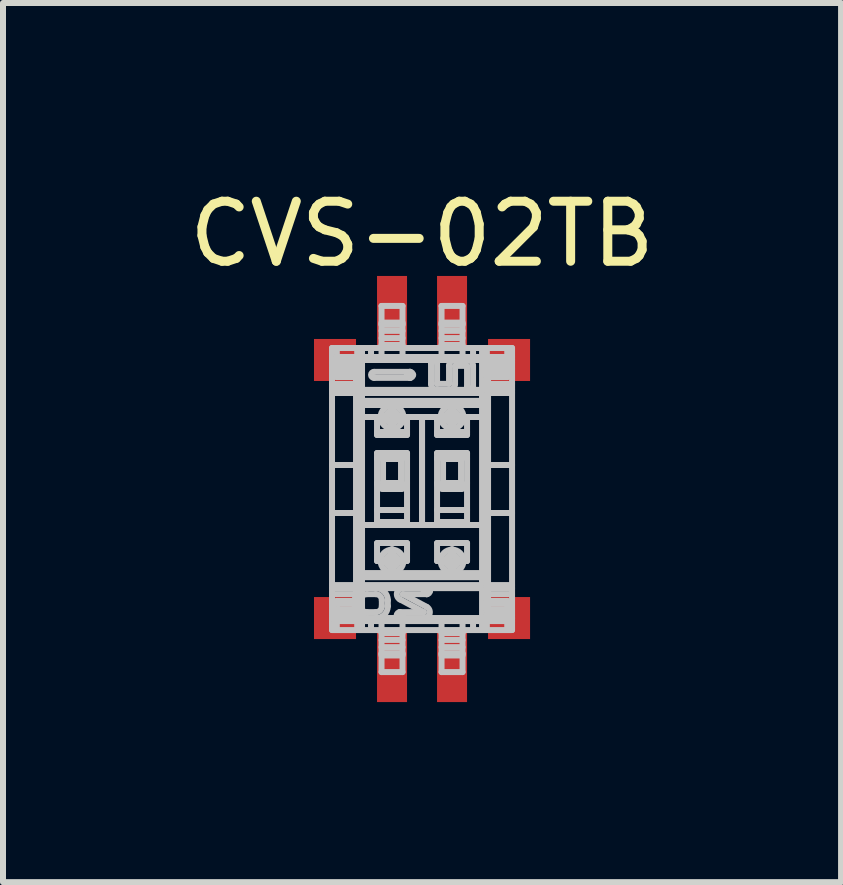
<source format=kicad_pcb>
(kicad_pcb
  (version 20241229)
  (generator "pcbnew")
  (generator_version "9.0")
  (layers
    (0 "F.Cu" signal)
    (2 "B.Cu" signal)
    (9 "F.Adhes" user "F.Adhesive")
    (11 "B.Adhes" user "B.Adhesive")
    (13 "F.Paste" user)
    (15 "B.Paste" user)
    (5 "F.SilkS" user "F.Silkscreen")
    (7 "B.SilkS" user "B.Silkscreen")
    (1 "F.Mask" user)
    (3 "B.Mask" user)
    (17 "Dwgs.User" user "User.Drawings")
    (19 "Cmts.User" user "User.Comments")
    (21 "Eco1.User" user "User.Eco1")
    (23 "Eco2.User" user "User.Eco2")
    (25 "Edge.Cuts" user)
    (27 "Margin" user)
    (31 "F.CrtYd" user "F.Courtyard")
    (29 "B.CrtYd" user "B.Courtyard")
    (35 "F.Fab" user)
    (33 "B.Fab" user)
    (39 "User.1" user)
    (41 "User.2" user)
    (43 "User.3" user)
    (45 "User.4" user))
  (footprint "CVS-02TB"
    (layer "F.Cu")
    (at 3.982 5.098)
    (property "Reference" "CVS-02TB" (at 0 -4.25 0) (layer "F.SilkS") (effects (font (size 1 1) (thickness 0.15))))
    (attr through_hole)
    (fp_line (start -1.5 -2.35) (end -1.5 2.35) (stroke (width 0.1) (type solid)) (layer "Dwgs.User"))
    (fp_line (start -1.5 -2.35) (end -0.675 -2.35) (stroke (width 0.1) (type solid)) (layer "Dwgs.User"))
    (fp_line (start -1.5 -2.1) (end -1.1 -2.1) (stroke (width 0.1) (type solid)) (layer "Dwgs.User"))
    (fp_line (start -1.5 -1.6) (end -1.1 -1.6) (stroke (width 0.1) (type solid)) (layer "Dwgs.User"))
    (fp_line (start -1.5 0.4) (end -1.1 0.4) (stroke (width 0.1) (type solid)) (layer "Dwgs.User"))
    (fp_line (start -1.5 2.35) (end -0.675 2.35) (stroke (width 0.1) (type solid)) (layer "Dwgs.User"))
    (fp_line (start -1.42 -2.35) (end -1.42 -1.865) (stroke (width 0.1) (type solid)) (layer "Dwgs.User"))
    (fp_line (start -1.42 -2.2) (end -1.5 -2.2) (stroke (width 0.1) (type solid)) (layer "Dwgs.User"))
    (fp_line (start -1.42 -2) (end -1.5 -2) (stroke (width 0.1) (type solid)) (layer "Dwgs.User"))
    (fp_line (start -1.42 -2) (end -1.08 -2) (stroke (width 0.1) (type solid)) (layer "Dwgs.User"))
    (fp_line (start -1.42 1.865) (end -1.42 2.35) (stroke (width 0.1) (type solid)) (layer "Dwgs.User"))
    (fp_line (start -1.42 2) (end -1.5 2) (stroke (width 0.1) (type solid)) (layer "Dwgs.User"))
    (fp_line (start -1.42 2.017) (end -1.08 2.017) (stroke (width 0.1) (type solid)) (layer "Dwgs.User"))
    (fp_line (start -1.42 2.197) (end -1.08 2.197) (stroke (width 0.1) (type solid)) (layer "Dwgs.User"))
    (fp_line (start -1.42 2.2) (end -1.5 2.2) (stroke (width 0.1) (type solid)) (layer "Dwgs.User"))
    (fp_line (start -1.15 -1.652) (end -1.5 -1.652) (stroke (width 0.1) (type solid)) (layer "Dwgs.User"))
    (fp_line (start -1.15 1.652) (end -1.5 1.652) (stroke (width 0.1) (type solid)) (layer "Dwgs.User"))
    (fp_line (start -1.12 1.952) (end -1.12 1.852) (stroke (width 0.1) (type solid)) (layer "Dwgs.User"))
    (fp_line (start -1.1 -1.643) (end -1.1 1.643) (stroke (width 0.1) (type solid)) (layer "Dwgs.User"))
    (fp_line (start -1.1 -0.4) (end -1.5 -0.4) (stroke (width 0.1) (type solid)) (layer "Dwgs.User"))
    (fp_line (start -1.1 1.6) (end -1.5 1.6) (stroke (width 0.1) (type solid)) (layer "Dwgs.User"))
    (fp_line (start -1.1 1.643) (end -1.088 1.639) (stroke (width 0.1) (type solid)) (layer "Dwgs.User"))
    (fp_line (start -1.1 1.652) (end -1.1 2.1) (stroke (width 0.1) (type solid)) (layer "Dwgs.User"))
    (fp_line (start -1.1 1.652) (end 1.1 1.652) (stroke (width 0.1) (type solid)) (layer "Dwgs.User"))
    (fp_line (start -1.1 -2.1) (end -1.1 -1.652) (stroke (width 0.1) (type solid)) (layer "Dwgs.User"))
    (fp_line (start -1.1 -2.1) (end -1 -2.2) (stroke (width 0.1) (type solid)) (layer "Dwgs.User"))
    (fp_line (start -1.1 2.1) (end -1.5 2.1) (stroke (width 0.1) (type solid)) (layer "Dwgs.User"))
    (fp_line (start -1.099 -1.643) (end -1.1 -1.643) (stroke (width 0.1) (type solid)) (layer "Dwgs.User"))
    (fp_line (start -1.088 1.639) (end -1.076 1.633) (stroke (width 0.1) (type solid)) (layer "Dwgs.User"))
    (fp_line (start -1.087 -1.638) (end -1.099 -1.643) (stroke (width 0.1) (type solid)) (layer "Dwgs.User"))
    (fp_line (start -1.08 -2.35) (end -1.08 -1.865) (stroke (width 0.1) (type solid)) (layer "Dwgs.User"))
    (fp_line (start -1.08 -2.2) (end -1.42 -2.2) (stroke (width 0.1) (type solid)) (layer "Dwgs.User"))
    (fp_line (start -1.08 -2.197) (end -1.42 -2.197) (stroke (width 0.1) (type solid)) (layer "Dwgs.User"))
    (fp_line (start -1.08 -2.137) (end -1.42 -2.137) (stroke (width 0.1) (type solid)) (layer "Dwgs.User"))
    (fp_line (start -1.08 -2.098) (end -1.42 -2.098) (stroke (width 0.1) (type solid)) (layer "Dwgs.User"))
    (fp_line (start -1.08 -2.017) (end -1.42 -2.017) (stroke (width 0.1) (type solid)) (layer "Dwgs.User"))
    (fp_line (start -1.08 -1.904) (end -1.42 -1.904) (stroke (width 0.1) (type solid)) (layer "Dwgs.User"))
    (fp_line (start -1.08 -1.865) (end -1.42 -1.865) (stroke (width 0.1) (type solid)) (layer "Dwgs.User"))
    (fp_line (start -1.08 1.865) (end -1.42 1.865) (stroke (width 0.1) (type solid)) (layer "Dwgs.User"))
    (fp_line (start -1.08 1.865) (end -1.08 2.35) (stroke (width 0.1) (type solid)) (layer "Dwgs.User"))
    (fp_line (start -1.08 1.904) (end -1.42 1.904) (stroke (width 0.1) (type solid)) (layer "Dwgs.User"))
    (fp_line (start -1.08 2) (end -1.42 2) (stroke (width 0.1) (type solid)) (layer "Dwgs.User"))
    (fp_line (start -1.08 2.098) (end -1.42 2.098) (stroke (width 0.1) (type solid)) (layer "Dwgs.User"))
    (fp_line (start -1.08 2.137) (end -1.42 2.137) (stroke (width 0.1) (type solid)) (layer "Dwgs.User"))
    (fp_line (start -1.08 2.2) (end -1.42 2.2) (stroke (width 0.1) (type solid)) (layer "Dwgs.User"))
    (fp_line (start -1.076 1.633) (end -1.065 1.626) (stroke (width 0.1) (type solid)) (layer "Dwgs.User"))
    (fp_line (start -1.075 -1.632) (end -1.087 -1.638) (stroke (width 0.1) (type solid)) (layer "Dwgs.User"))
    (fp_line (start -1.065 1.626) (end -1.055 1.618) (stroke (width 0.1) (type solid)) (layer "Dwgs.User"))
    (fp_line (start -1.064 -1.625) (end -1.075 -1.632) (stroke (width 0.1) (type solid)) (layer "Dwgs.User"))
    (fp_line (start -1.055 1.618) (end -1.045 1.609) (stroke (width 0.1) (type solid)) (layer "Dwgs.User"))
    (fp_line (start -1.054 -1.617) (end -1.064 -1.625) (stroke (width 0.1) (type solid)) (layer "Dwgs.User"))
    (fp_line (start -1.05 -2.2) (end -1.08 -2.2) (stroke (width 0.1) (type solid)) (layer "Dwgs.User"))
    (fp_line (start -1.05 -2.2) (end -1.05 2.2) (stroke (width 0.1) (type solid)) (layer "Dwgs.User"))
    (fp_line (start -1.05 -2) (end -1.08 -2) (stroke (width 0.1) (type solid)) (layer "Dwgs.User"))
    (fp_line (start -1.05 -1.75) (end -1.5 -1.75) (stroke (width 0.1) (type solid)) (layer "Dwgs.User"))
    (fp_line (start -1.05 1.75) (end -1.5 1.75) (stroke (width 0.1) (type solid)) (layer "Dwgs.User"))
    (fp_line (start -1.05 2) (end -1.08 2) (stroke (width 0.1) (type solid)) (layer "Dwgs.User"))
    (fp_line (start -1.05 2.2) (end -1.08 2.2) (stroke (width 0.1) (type solid)) (layer "Dwgs.User"))
    (fp_line (start -1.045 1.609) (end -1.036 1.599) (stroke (width 0.1) (type solid)) (layer "Dwgs.User"))
    (fp_line (start -1.044 -1.608) (end -1.054 -1.617) (stroke (width 0.1) (type solid)) (layer "Dwgs.User"))
    (fp_line (start -1.036 1.599) (end -1.028 1.589) (stroke (width 0.1) (type solid)) (layer "Dwgs.User"))
    (fp_line (start -1.035 -1.598) (end -1.044 -1.608) (stroke (width 0.1) (type solid)) (layer "Dwgs.User"))
    (fp_line (start -1.028 1.589) (end -1.021 1.578) (stroke (width 0.1) (type solid)) (layer "Dwgs.User"))
    (fp_line (start -1.027 -1.588) (end -1.035 -1.598) (stroke (width 0.1) (type solid)) (layer "Dwgs.User"))
    (fp_line (start -1.021 1.578) (end -1.015 1.567) (stroke (width 0.1) (type solid)) (layer "Dwgs.User"))
    (fp_line (start -1.02 -1.577) (end -1.027 -1.588) (stroke (width 0.1) (type solid)) (layer "Dwgs.User"))
    (fp_line (start -1.02 1.952) (end -1.02 1.852) (stroke (width 0.1) (type solid)) (layer "Dwgs.User"))
    (fp_line (start -1.015 1.567) (end -1.01 1.555) (stroke (width 0.1) (type solid)) (layer "Dwgs.User"))
    (fp_line (start -1.014 -1.565) (end -1.02 -1.577) (stroke (width 0.1) (type solid)) (layer "Dwgs.User"))
    (fp_line (start -1.01 1.555) (end -1.005 1.542) (stroke (width 0.1) (type solid)) (layer "Dwgs.User"))
    (fp_line (start -1.009 -1.553) (end -1.014 -1.565) (stroke (width 0.1) (type solid)) (layer "Dwgs.User"))
    (fp_line (start -1.005 1.542) (end -1.003 1.529) (stroke (width 0.1) (type solid)) (layer "Dwgs.User"))
    (fp_line (start -1.005 -1.541) (end -1.009 -1.553) (stroke (width 0.1) (type solid)) (layer "Dwgs.User"))
    (fp_line (start -1.003 1.529) (end -1.001 1.516) (stroke (width 0.1) (type solid)) (layer "Dwgs.User"))
    (fp_line (start -1.002 -1.528) (end -1.005 -1.541) (stroke (width 0.1) (type solid)) (layer "Dwgs.User"))
    (fp_line (start -1.001 1.516) (end -1 1.503) (stroke (width 0.1) (type solid)) (layer "Dwgs.User"))
    (fp_line (start -1.001 -1.515) (end -1.002 -1.528) (stroke (width 0.1) (type solid)) (layer "Dwgs.User"))
    (fp_line (start -1 1.503) (end -1 1.502) (stroke (width 0.1) (type solid)) (layer "Dwgs.User"))
    (fp_line (start -1 -2.35) (end -1 -2.2) (stroke (width 0.1) (type solid)) (layer "Dwgs.User"))
    (fp_line (start -1 -2.2) (end -1 -1.652) (stroke (width 0.1) (type solid)) (layer "Dwgs.User"))
    (fp_line (start -1 -2.15) (end 1 -2.15) (stroke (width 0.1) (type solid)) (layer "Dwgs.User"))
    (fp_line (start -1 -1.502) (end -1.001 -1.515) (stroke (width 0.1) (type solid)) (layer "Dwgs.User"))
    (fp_line (start -1 -1.502) (end -1 -1.2) (stroke (width 0.1) (type solid)) (layer "Dwgs.User"))
    (fp_line (start -1 -1.2) (end 0 -1.2) (stroke (width 0.1) (type solid)) (layer "Dwgs.User"))
    (fp_line (start -1 0.6) (end -1 -1.2) (stroke (width 0.1) (type solid)) (layer "Dwgs.User"))
    (fp_line (start -1 0.6) (end -1 1.502) (stroke (width 0.1) (type solid)) (layer "Dwgs.User"))
    (fp_line (start -1 1.4) (end 1 1.4) (stroke (width 0.1) (type solid)) (layer "Dwgs.User"))
    (fp_line (start -1 1.652) (end -1 2.2) (stroke (width 0.1) (type solid)) (layer "Dwgs.User"))
    (fp_line (start -1 2.2) (end -1.1 2.1) (stroke (width 0.1) (type solid)) (layer "Dwgs.User"))
    (fp_line (start -1 2.35) (end -1 2.2) (stroke (width 0.1) (type solid)) (layer "Dwgs.User"))
    (fp_line (start -0.92 1.752) (end -0.77 1.752) (stroke (width 0.1) (type solid)) (layer "Dwgs.User"))
    (fp_line (start -0.85 -2.35) (end -0.85 -2.2) (stroke (width 0.1) (type solid)) (layer "Dwgs.User"))
    (fp_line (start -0.85 2.35) (end -0.85 2.2) (stroke (width 0.1) (type solid)) (layer "Dwgs.User"))
    (fp_line (start -0.8 -1.952) (end -0.2 -1.952) (stroke (width 0.1) (type solid)) (layer "Dwgs.User"))
    (fp_line (start -0.77 2.052) (end -0.92 2.052) (stroke (width 0.1) (type solid)) (layer "Dwgs.User"))
    (fp_line (start -0.75 -1.2) (end -0.25 -1.2) (stroke (width 0.1) (type solid)) (layer "Dwgs.User"))
    (fp_line (start -0.75 -0.95) (end -0.25 -0.95) (stroke (width 0.1) (type solid)) (layer "Dwgs.User"))
    (fp_line (start -0.75 -0.9) (end -0.75 -1.2) (stroke (width 0.1) (type solid)) (layer "Dwgs.User"))
    (fp_line (start -0.75 -0.6) (end -0.25 -0.6) (stroke (width 0.1) (type solid)) (layer "Dwgs.User"))
    (fp_line (start -0.75 0.55) (end -0.25 0.55) (stroke (width 0.1) (type solid)) (layer "Dwgs.User"))
    (fp_line (start -0.75 0.6) (end -0.75 -0.6) (stroke (width 0.1) (type solid)) (layer "Dwgs.User"))
    (fp_line (start -0.75 0.9) (end -0.25 0.9) (stroke (width 0.1) (type solid)) (layer "Dwgs.User"))
    (fp_line (start -0.75 1.2) (end -0.75 0.9) (stroke (width 0.1) (type solid)) (layer "Dwgs.User"))
    (fp_line (start -0.721 -0.029) (end -0.65 -0.1) (stroke (width 0.1) (type solid)) (layer "Dwgs.User"))
    (fp_line (start -0.7 -1.2) (end -0.3 -1.2) (stroke (width 0.1) (type solid)) (layer "Dwgs.User"))
    (fp_line (start -0.7 1.2) (end -0.3 1.2) (stroke (width 0.1) (type solid)) (layer "Dwgs.User"))
    (fp_line (start -0.675 -3.05) (end -0.675 -2.2) (stroke (width 0.1) (type solid)) (layer "Dwgs.User"))
    (fp_line (start -0.675 -2.35) (end -0.325 -2.35) (stroke (width 0.1) (type solid)) (layer "Dwgs.User"))
    (fp_line (start -0.675 2.2) (end -0.675 3.05) (stroke (width 0.1) (type solid)) (layer "Dwgs.User"))
    (fp_line (start -0.675 2.35) (end -0.325 2.35) (stroke (width 0.1) (type solid)) (layer "Dwgs.User"))
    (fp_line (start -0.67 1.852) (end -0.67 1.952) (stroke (width 0.1) (type solid)) (layer "Dwgs.User"))
    (fp_line (start -0.65 -0.5) (end -0.721 -0.571) (stroke (width 0.1) (type solid)) (layer "Dwgs.User"))
    (fp_line (start -0.65 -0.5) (end -0.65 -0.1) (stroke (width 0.1) (type solid)) (layer "Dwgs.User"))
    (fp_line (start -0.65 0) (end -0.35 0) (stroke (width 0.1) (type solid)) (layer "Dwgs.User"))
    (fp_line (start -0.57 1.852) (end -0.57 1.952) (stroke (width 0.1) (type solid)) (layer "Dwgs.User"))
    (fp_line (start -0.5 -1) (end -0.5 -1.399) (stroke (width 0.1) (type solid)) (layer "Dwgs.User"))
    (fp_line (start -0.5 1.399) (end -0.5 1) (stroke (width 0.1) (type solid)) (layer "Dwgs.User"))
    (fp_line (start -0.422 2.102) (end -0.318 2.102) (stroke (width 0.1) (type solid)) (layer "Dwgs.User"))
    (fp_line (start -0.37 2.052) (end 0.03 2.052) (stroke (width 0.1) (type solid)) (layer "Dwgs.User"))
    (fp_line (start -0.37 2.155) (end -0.37 2.05) (stroke (width 0.1) (type solid)) (layer "Dwgs.User"))
    (fp_line (start -0.35 -0.5) (end -0.65 -0.5) (stroke (width 0.1) (type solid)) (layer "Dwgs.User"))
    (fp_line (start -0.35 -0.5) (end -0.35 -0.1) (stroke (width 0.1) (type solid)) (layer "Dwgs.User"))
    (fp_line (start -0.35 -0.1) (end -0.65 -0.1) (stroke (width 0.1) (type solid)) (layer "Dwgs.User"))
    (fp_line (start -0.35 -0.1) (end -0.279 -0.029) (stroke (width 0.1) (type solid)) (layer "Dwgs.User"))
    (fp_line (start -0.325 -3.05) (end -0.675 -3.05) (stroke (width 0.1) (type solid)) (layer "Dwgs.User"))
    (fp_line (start -0.325 -3.05) (end -0.325 -2.2) (stroke (width 0.1) (type solid)) (layer "Dwgs.User"))
    (fp_line (start -0.325 -2.773) (end -0.675 -2.773) (stroke (width 0.1) (type solid)) (layer "Dwgs.User"))
    (fp_line (start -0.325 -2.75) (end -0.675 -2.75) (stroke (width 0.1) (type solid)) (layer "Dwgs.User"))
    (fp_line (start -0.325 -2.735) (end -0.675 -2.735) (stroke (width 0.1) (type solid)) (layer "Dwgs.User"))
    (fp_line (start -0.325 -2.635) (end -0.675 -2.635) (stroke (width 0.1) (type solid)) (layer "Dwgs.User"))
    (fp_line (start -0.325 -2.515) (end -0.675 -2.515) (stroke (width 0.1) (type solid)) (layer "Dwgs.User"))
    (fp_line (start -0.325 -2.4) (end -0.675 -2.4) (stroke (width 0.1) (type solid)) (layer "Dwgs.User"))
    (fp_line (start -0.325 -2.362) (end -0.675 -2.362) (stroke (width 0.1) (type solid)) (layer "Dwgs.User"))
    (fp_line (start -0.325 -2.35) (end 0.325 -2.35) (stroke (width 0.1) (type solid)) (layer "Dwgs.User"))
    (fp_line (start -0.325 2.2) (end -0.325 3.05) (stroke (width 0.1) (type solid)) (layer "Dwgs.User"))
    (fp_line (start -0.325 2.35) (end 0.325 2.35) (stroke (width 0.1) (type solid)) (layer "Dwgs.User"))
    (fp_line (start -0.325 2.362) (end -0.675 2.362) (stroke (width 0.1) (type solid)) (layer "Dwgs.User"))
    (fp_line (start -0.325 2.4) (end -0.675 2.4) (stroke (width 0.1) (type solid)) (layer "Dwgs.User"))
    (fp_line (start -0.325 2.515) (end -0.675 2.515) (stroke (width 0.1) (type solid)) (layer "Dwgs.User"))
    (fp_line (start -0.325 2.635) (end -0.675 2.635) (stroke (width 0.1) (type solid)) (layer "Dwgs.User"))
    (fp_line (start -0.325 2.735) (end -0.675 2.735) (stroke (width 0.1) (type solid)) (layer "Dwgs.User"))
    (fp_line (start -0.325 2.75) (end -0.675 2.75) (stroke (width 0.1) (type solid)) (layer "Dwgs.User"))
    (fp_line (start -0.325 2.773) (end -0.675 2.773) (stroke (width 0.1) (type solid)) (layer "Dwgs.User"))
    (fp_line (start -0.325 3.05) (end -0.675 3.05) (stroke (width 0.1) (type solid)) (layer "Dwgs.User"))
    (fp_line (start -0.32 1.752) (end 0.077 1.964) (stroke (width 0.1) (type solid)) (layer "Dwgs.User"))
    (fp_line (start -0.279 -0.571) (end -0.35 -0.5) (stroke (width 0.1) (type solid)) (layer "Dwgs.User"))
    (fp_line (start -0.253 -1.902) (end -0.147 -1.902) (stroke (width 0.1) (type solid)) (layer "Dwgs.User"))
    (fp_line (start -0.25 -1.2) (end -0.25 -0.9) (stroke (width 0.1) (type solid)) (layer "Dwgs.User"))
    (fp_line (start -0.25 -1.15) (end -0.75 -1.15) (stroke (width 0.1) (type solid)) (layer "Dwgs.User"))
    (fp_line (start -0.25 -0.9) (end -0.75 -0.9) (stroke (width 0.1) (type solid)) (layer "Dwgs.User"))
    (fp_line (start -0.25 -0.6) (end -0.25 0.6) (stroke (width 0.1) (type solid)) (layer "Dwgs.User"))
    (fp_line (start -0.25 0.35) (end -0.75 0.35) (stroke (width 0.1) (type solid)) (layer "Dwgs.User"))
    (fp_line (start -0.25 0.6) (end -0.75 0.6) (stroke (width 0.1) (type solid)) (layer "Dwgs.User"))
    (fp_line (start -0.25 0.9) (end -0.25 1.2) (stroke (width 0.1) (type solid)) (layer "Dwgs.User"))
    (fp_line (start -0.25 1.2) (end -0.75 1.2) (stroke (width 0.1) (type solid)) (layer "Dwgs.User"))
    (fp_line (start -0.2 -1.852) (end -0.8 -1.852) (stroke (width 0.1) (type solid)) (layer "Dwgs.User"))
    (fp_line (start -0.2 -1.849) (end -0.2 -1.954) (stroke (width 0.1) (type solid)) (layer "Dwgs.User"))
    (fp_line (start 0 -1.2) (end 0 0.6) (stroke (width 0.1) (type solid)) (layer "Dwgs.User"))
    (fp_line (start 0 -1.2) (end 1 -1.2) (stroke (width 0.1) (type solid)) (layer "Dwgs.User"))
    (fp_line (start 0 0.6) (end -1 0.6) (stroke (width 0.1) (type solid)) (layer "Dwgs.User"))
    (fp_line (start 0 0.6) (end 0 -1.2) (stroke (width 0.1) (type solid)) (layer "Dwgs.User"))
    (fp_line (start 0.028 1.702) (end 0.133 1.702) (stroke (width 0.1) (type solid)) (layer "Dwgs.User"))
    (fp_line (start 0.03 2.052) (end -0.367 1.84) (stroke (width 0.1) (type solid)) (layer "Dwgs.User"))
    (fp_line (start 0.08 1.752) (end -0.32 1.752) (stroke (width 0.1) (type solid)) (layer "Dwgs.User"))
    (fp_line (start 0.08 1.754) (end 0.08 1.649) (stroke (width 0.1) (type solid)) (layer "Dwgs.User"))
    (fp_line (start 0.15 -1.752) (end 0.15 -2.102) (stroke (width 0.1) (type solid)) (layer "Dwgs.User"))
    (fp_line (start 0.25 -2.102) (end 0.25 -1.752) (stroke (width 0.1) (type solid)) (layer "Dwgs.User"))
    (fp_line (start 0.25 -1.752) (end 0.45 -1.752) (stroke (width 0.1) (type solid)) (layer "Dwgs.User"))
    (fp_line (start 0.25 -1.2) (end 0.75 -1.2) (stroke (width 0.1) (type solid)) (layer "Dwgs.User"))
    (fp_line (start 0.25 -0.95) (end 0.75 -0.95) (stroke (width 0.1) (type solid)) (layer "Dwgs.User"))
    (fp_line (start 0.25 -0.9) (end 0.25 -1.2) (stroke (width 0.1) (type solid)) (layer "Dwgs.User"))
    (fp_line (start 0.25 -0.6) (end 0.75 -0.6) (stroke (width 0.1) (type solid)) (layer "Dwgs.User"))
    (fp_line (start 0.25 0.55) (end 0.75 0.55) (stroke (width 0.1) (type solid)) (layer "Dwgs.User"))
    (fp_line (start 0.25 0.6) (end 0.25 -0.6) (stroke (width 0.1) (type solid)) (layer "Dwgs.User"))
    (fp_line (start 0.25 0.9) (end 0.75 0.9) (stroke (width 0.1) (type solid)) (layer "Dwgs.User"))
    (fp_line (start 0.25 1.2) (end 0.25 0.9) (stroke (width 0.1) (type solid)) (layer "Dwgs.User"))
    (fp_line (start 0.279 -0.029) (end 0.35 -0.1) (stroke (width 0.1) (type solid)) (layer "Dwgs.User"))
    (fp_line (start 0.3 -1.2) (end 0.7 -1.2) (stroke (width 0.1) (type solid)) (layer "Dwgs.User"))
    (fp_line (start 0.3 1.2) (end 0.7 1.2) (stroke (width 0.1) (type solid)) (layer "Dwgs.User"))
    (fp_line (start 0.325 -3.05) (end 0.325 -2.2) (stroke (width 0.1) (type solid)) (layer "Dwgs.User"))
    (fp_line (start 0.325 -2.35) (end 0.675 -2.35) (stroke (width 0.1) (type solid)) (layer "Dwgs.User"))
    (fp_line (start 0.325 2.2) (end 0.325 3.05) (stroke (width 0.1) (type solid)) (layer "Dwgs.User"))
    (fp_line (start 0.325 2.35) (end 0.675 2.35) (stroke (width 0.1) (type solid)) (layer "Dwgs.User"))
    (fp_line (start 0.35 -0.5) (end 0.279 -0.571) (stroke (width 0.1) (type solid)) (layer "Dwgs.User"))
    (fp_line (start 0.35 -0.5) (end 0.35 -0.1) (stroke (width 0.1) (type solid)) (layer "Dwgs.User"))
    (fp_line (start 0.35 0) (end 0.65 0) (stroke (width 0.1) (type solid)) (layer "Dwgs.User"))
    (fp_line (start 0.45 -1.752) (end 0.45 -2.052) (stroke (width 0.1) (type solid)) (layer "Dwgs.User"))
    (fp_line (start 0.5 -1) (end 0.5 -1.399) (stroke (width 0.1) (type solid)) (layer "Dwgs.User"))
    (fp_line (start 0.5 1.399) (end 0.5 1) (stroke (width 0.1) (type solid)) (layer "Dwgs.User"))
    (fp_line (start 0.55 -2.052) (end 0.55 -1.752) (stroke (width 0.1) (type solid)) (layer "Dwgs.User"))
    (fp_line (start 0.65 -0.5) (end 0.35 -0.5) (stroke (width 0.1) (type solid)) (layer "Dwgs.User"))
    (fp_line (start 0.65 -0.5) (end 0.65 -0.1) (stroke (width 0.1) (type solid)) (layer "Dwgs.User"))
    (fp_line (start 0.65 -0.1) (end 0.35 -0.1) (stroke (width 0.1) (type solid)) (layer "Dwgs.User"))
    (fp_line (start 0.65 -0.1) (end 0.721 -0.029) (stroke (width 0.1) (type solid)) (layer "Dwgs.User"))
    (fp_line (start 0.675 -3.05) (end 0.325 -3.05) (stroke (width 0.1) (type solid)) (layer "Dwgs.User"))
    (fp_line (start 0.675 -3.05) (end 0.675 -2.2) (stroke (width 0.1) (type solid)) (layer "Dwgs.User"))
    (fp_line (start 0.675 -2.773) (end 0.325 -2.773) (stroke (width 0.1) (type solid)) (layer "Dwgs.User"))
    (fp_line (start 0.675 -2.75) (end 0.325 -2.75) (stroke (width 0.1) (type solid)) (layer "Dwgs.User"))
    (fp_line (start 0.675 -2.735) (end 0.325 -2.735) (stroke (width 0.1) (type solid)) (layer "Dwgs.User"))
    (fp_line (start 0.675 -2.635) (end 0.325 -2.635) (stroke (width 0.1) (type solid)) (layer "Dwgs.User"))
    (fp_line (start 0.675 -2.515) (end 0.325 -2.515) (stroke (width 0.1) (type solid)) (layer "Dwgs.User"))
    (fp_line (start 0.675 -2.4) (end 0.325 -2.4) (stroke (width 0.1) (type solid)) (layer "Dwgs.User"))
    (fp_line (start 0.675 -2.362) (end 0.325 -2.362) (stroke (width 0.1) (type solid)) (layer "Dwgs.User"))
    (fp_line (start 0.675 -2.35) (end 1.5 -2.35) (stroke (width 0.1) (type solid)) (layer "Dwgs.User"))
    (fp_line (start 0.675 2.2) (end 0.675 3.05) (stroke (width 0.1) (type solid)) (layer "Dwgs.User"))
    (fp_line (start 0.675 2.35) (end 1.5 2.35) (stroke (width 0.1) (type solid)) (layer "Dwgs.User"))
    (fp_line (start 0.675 2.362) (end 0.325 2.362) (stroke (width 0.1) (type solid)) (layer "Dwgs.User"))
    (fp_line (start 0.675 2.4) (end 0.325 2.4) (stroke (width 0.1) (type solid)) (layer "Dwgs.User"))
    (fp_line (start 0.675 2.515) (end 0.325 2.515) (stroke (width 0.1) (type solid)) (layer "Dwgs.User"))
    (fp_line (start 0.675 2.635) (end 0.325 2.635) (stroke (width 0.1) (type solid)) (layer "Dwgs.User"))
    (fp_line (start 0.675 2.735) (end 0.325 2.735) (stroke (width 0.1) (type solid)) (layer "Dwgs.User"))
    (fp_line (start 0.675 2.75) (end 0.325 2.75) (stroke (width 0.1) (type solid)) (layer "Dwgs.User"))
    (fp_line (start 0.675 2.773) (end 0.325 2.773) (stroke (width 0.1) (type solid)) (layer "Dwgs.User"))
    (fp_line (start 0.675 3.05) (end 0.325 3.05) (stroke (width 0.1) (type solid)) (layer "Dwgs.User"))
    (fp_line (start 0.721 -0.571) (end 0.65 -0.5) (stroke (width 0.1) (type solid)) (layer "Dwgs.User"))
    (fp_line (start 0.75 -2.052) (end 0.55 -2.052) (stroke (width 0.1) (type solid)) (layer "Dwgs.User"))
    (fp_line (start 0.75 -1.702) (end 0.75 -2.052) (stroke (width 0.1) (type solid)) (layer "Dwgs.User"))
    (fp_line (start 0.75 -1.2) (end 0.75 -0.9) (stroke (width 0.1) (type solid)) (layer "Dwgs.User"))
    (fp_line (start 0.75 -1.15) (end 0.25 -1.15) (stroke (width 0.1) (type solid)) (layer "Dwgs.User"))
    (fp_line (start 0.75 -0.9) (end 0.25 -0.9) (stroke (width 0.1) (type solid)) (layer "Dwgs.User"))
    (fp_line (start 0.75 -0.6) (end 0.75 0.6) (stroke (width 0.1) (type solid)) (layer "Dwgs.User"))
    (fp_line (start 0.75 0.35) (end 0.25 0.35) (stroke (width 0.1) (type solid)) (layer "Dwgs.User"))
    (fp_line (start 0.75 0.6) (end 0.25 0.6) (stroke (width 0.1) (type solid)) (layer "Dwgs.User"))
    (fp_line (start 0.75 0.9) (end 0.75 1.2) (stroke (width 0.1) (type solid)) (layer "Dwgs.User"))
    (fp_line (start 0.75 1.2) (end 0.25 1.2) (stroke (width 0.1) (type solid)) (layer "Dwgs.User"))
    (fp_line (start 0.85 -2.35) (end 0.85 -2.2) (stroke (width 0.1) (type solid)) (layer "Dwgs.User"))
    (fp_line (start 0.85 -2.052) (end 0.85 -1.702) (stroke (width 0.1) (type solid)) (layer "Dwgs.User"))
    (fp_line (start 0.85 2.35) (end 0.85 2.2) (stroke (width 0.1) (type solid)) (layer "Dwgs.User"))
    (fp_line (start 1 -2.35) (end 1 -2.2) (stroke (width 0.1) (type solid)) (layer "Dwgs.User"))
    (fp_line (start 1 -2.2) (end 1 -1.652) (stroke (width 0.1) (type solid)) (layer "Dwgs.User"))
    (fp_line (start 1 -2.2) (end 1.1 -2.1) (stroke (width 0.1) (type solid)) (layer "Dwgs.User"))
    (fp_line (start 1 -1.502) (end 1 -1.2) (stroke (width 0.1) (type solid)) (layer "Dwgs.User"))
    (fp_line (start 1 -1.469) (end -1 -1.469) (stroke (width 0.1) (type solid)) (layer "Dwgs.User"))
    (fp_line (start 1 -1.4) (end -1 -1.4) (stroke (width 0.1) (type solid)) (layer "Dwgs.User"))
    (fp_line (start 1 -1.2) (end 1 0.6) (stroke (width 0.1) (type solid)) (layer "Dwgs.User"))
    (fp_line (start 1 0.6) (end 0 0.6) (stroke (width 0.1) (type solid)) (layer "Dwgs.User"))
    (fp_line (start 1 0.6) (end 1 1.502) (stroke (width 0.1) (type solid)) (layer "Dwgs.User"))
    (fp_line (start 1 1.469) (end -1 1.469) (stroke (width 0.1) (type solid)) (layer "Dwgs.User"))
    (fp_line (start 1 1.502) (end 1.001 1.515) (stroke (width 0.1) (type solid)) (layer "Dwgs.User"))
    (fp_line (start 1 1.652) (end 1 2.2) (stroke (width 0.1) (type solid)) (layer "Dwgs.User"))
    (fp_line (start 1 2.15) (end -1 2.15) (stroke (width 0.1) (type solid)) (layer "Dwgs.User"))
    (fp_line (start 1 2.35) (end 1 2.2) (stroke (width 0.1) (type solid)) (layer "Dwgs.User"))
    (fp_line (start 1 -1.503) (end 1 -1.502) (stroke (width 0.1) (type solid)) (layer "Dwgs.User"))
    (fp_line (start 1.001 1.515) (end 1.002 1.528) (stroke (width 0.1) (type solid)) (layer "Dwgs.User"))
    (fp_line (start 1.001 -1.516) (end 1 -1.503) (stroke (width 0.1) (type solid)) (layer "Dwgs.User"))
    (fp_line (start 1.002 1.528) (end 1.005 1.541) (stroke (width 0.1) (type solid)) (layer "Dwgs.User"))
    (fp_line (start 1.003 -1.529) (end 1.001 -1.516) (stroke (width 0.1) (type solid)) (layer "Dwgs.User"))
    (fp_line (start 1.005 1.541) (end 1.009 1.553) (stroke (width 0.1) (type solid)) (layer "Dwgs.User"))
    (fp_line (start 1.005 -1.542) (end 1.003 -1.529) (stroke (width 0.1) (type solid)) (layer "Dwgs.User"))
    (fp_line (start 1.009 1.553) (end 1.014 1.565) (stroke (width 0.1) (type solid)) (layer "Dwgs.User"))
    (fp_line (start 1.01 -1.555) (end 1.005 -1.542) (stroke (width 0.1) (type solid)) (layer "Dwgs.User"))
    (fp_line (start 1.014 1.565) (end 1.02 1.577) (stroke (width 0.1) (type solid)) (layer "Dwgs.User"))
    (fp_line (start 1.015 -1.567) (end 1.01 -1.555) (stroke (width 0.1) (type solid)) (layer "Dwgs.User"))
    (fp_line (start 1.02 1.577) (end 1.027 1.588) (stroke (width 0.1) (type solid)) (layer "Dwgs.User"))
    (fp_line (start 1.021 -1.578) (end 1.015 -1.567) (stroke (width 0.1) (type solid)) (layer "Dwgs.User"))
    (fp_line (start 1.027 1.588) (end 1.035 1.598) (stroke (width 0.1) (type solid)) (layer "Dwgs.User"))
    (fp_line (start 1.028 -1.589) (end 1.021 -1.578) (stroke (width 0.1) (type solid)) (layer "Dwgs.User"))
    (fp_line (start 1.035 1.598) (end 1.044 1.608) (stroke (width 0.1) (type solid)) (layer "Dwgs.User"))
    (fp_line (start 1.036 -1.599) (end 1.028 -1.589) (stroke (width 0.1) (type solid)) (layer "Dwgs.User"))
    (fp_line (start 1.036 -1.6) (end -1.036 -1.6) (stroke (width 0.1) (type solid)) (layer "Dwgs.User"))
    (fp_line (start 1.036 1.6) (end -1.036 1.6) (stroke (width 0.1) (type solid)) (layer "Dwgs.User"))
    (fp_line (start 1.044 1.608) (end 1.054 1.617) (stroke (width 0.1) (type solid)) (layer "Dwgs.User"))
    (fp_line (start 1.045 -1.609) (end 1.036 -1.599) (stroke (width 0.1) (type solid)) (layer "Dwgs.User"))
    (fp_line (start 1.05 -2.2) (end -1.05 -2.2) (stroke (width 0.1) (type solid)) (layer "Dwgs.User"))
    (fp_line (start 1.05 -2.2) (end 1.05 2.2) (stroke (width 0.1) (type solid)) (layer "Dwgs.User"))
    (fp_line (start 1.05 2.2) (end -1.05 2.2) (stroke (width 0.1) (type solid)) (layer "Dwgs.User"))
    (fp_line (start 1.054 1.617) (end 1.064 1.625) (stroke (width 0.1) (type solid)) (layer "Dwgs.User"))
    (fp_line (start 1.055 -1.618) (end 1.045 -1.609) (stroke (width 0.1) (type solid)) (layer "Dwgs.User"))
    (fp_line (start 1.064 1.625) (end 1.075 1.632) (stroke (width 0.1) (type solid)) (layer "Dwgs.User"))
    (fp_line (start 1.065 -1.626) (end 1.055 -1.618) (stroke (width 0.1) (type solid)) (layer "Dwgs.User"))
    (fp_line (start 1.075 1.632) (end 1.087 1.638) (stroke (width 0.1) (type solid)) (layer "Dwgs.User"))
    (fp_line (start 1.076 -1.633) (end 1.065 -1.626) (stroke (width 0.1) (type solid)) (layer "Dwgs.User"))
    (fp_line (start 1.08 -2.35) (end 1.08 -1.865) (stroke (width 0.1) (type solid)) (layer "Dwgs.User"))
    (fp_line (start 1.08 -2.2) (end 1.05 -2.2) (stroke (width 0.1) (type solid)) (layer "Dwgs.User"))
    (fp_line (start 1.08 -2) (end 1.05 -2) (stroke (width 0.1) (type solid)) (layer "Dwgs.User"))
    (fp_line (start 1.08 -2) (end 1.42 -2) (stroke (width 0.1) (type solid)) (layer "Dwgs.User"))
    (fp_line (start 1.08 1.865) (end 1.08 2.35) (stroke (width 0.1) (type solid)) (layer "Dwgs.User"))
    (fp_line (start 1.08 2) (end 1.05 2) (stroke (width 0.1) (type solid)) (layer "Dwgs.User"))
    (fp_line (start 1.08 2.017) (end 1.42 2.017) (stroke (width 0.1) (type solid)) (layer "Dwgs.User"))
    (fp_line (start 1.08 2.197) (end 1.42 2.197) (stroke (width 0.1) (type solid)) (layer "Dwgs.User"))
    (fp_line (start 1.08 2.2) (end 1.05 2.2) (stroke (width 0.1) (type solid)) (layer "Dwgs.User"))
    (fp_line (start 1.087 1.638) (end 1.099 1.643) (stroke (width 0.1) (type solid)) (layer "Dwgs.User"))
    (fp_line (start 1.088 -1.639) (end 1.076 -1.633) (stroke (width 0.1) (type solid)) (layer "Dwgs.User"))
    (fp_line (start 1.099 1.643) (end 1.1 1.643) (stroke (width 0.1) (type solid)) (layer "Dwgs.User"))
    (fp_line (start 1.1 -2.1) (end 1.5 -2.1) (stroke (width 0.1) (type solid)) (layer "Dwgs.User"))
    (fp_line (start 1.1 2.1) (end 1 2.2) (stroke (width 0.1) (type solid)) (layer "Dwgs.User"))
    (fp_line (start 1.1 2.1) (end 1.1 1.652) (stroke (width 0.1) (type solid)) (layer "Dwgs.User"))
    (fp_line (start 1.1 -1.652) (end -1.1 -1.652) (stroke (width 0.1) (type solid)) (layer "Dwgs.User"))
    (fp_line (start 1.1 -1.652) (end 1.1 -2.1) (stroke (width 0.1) (type solid)) (layer "Dwgs.User"))
    (fp_line (start 1.1 -1.643) (end 1.088 -1.639) (stroke (width 0.1) (type solid)) (layer "Dwgs.User"))
    (fp_line (start 1.1 -1.643) (end 1.1 1.643) (stroke (width 0.1) (type solid)) (layer "Dwgs.User"))
    (fp_line (start 1.1 -1.6) (end 1.5 -1.6) (stroke (width 0.1) (type solid)) (layer "Dwgs.User"))
    (fp_line (start 1.1 0.4) (end 1.5 0.4) (stroke (width 0.1) (type solid)) (layer "Dwgs.User"))
    (fp_line (start 1.42 -2.35) (end 1.42 -1.865) (stroke (width 0.1) (type solid)) (layer "Dwgs.User"))
    (fp_line (start 1.42 -2.2) (end 1.08 -2.2) (stroke (width 0.1) (type solid)) (layer "Dwgs.User"))
    (fp_line (start 1.42 -2.197) (end 1.08 -2.197) (stroke (width 0.1) (type solid)) (layer "Dwgs.User"))
    (fp_line (start 1.42 -2.137) (end 1.08 -2.137) (stroke (width 0.1) (type solid)) (layer "Dwgs.User"))
    (fp_line (start 1.42 -2.098) (end 1.08 -2.098) (stroke (width 0.1) (type solid)) (layer "Dwgs.User"))
    (fp_line (start 1.42 -2.017) (end 1.08 -2.017) (stroke (width 0.1) (type solid)) (layer "Dwgs.User"))
    (fp_line (start 1.42 -1.904) (end 1.08 -1.904) (stroke (width 0.1) (type solid)) (layer "Dwgs.User"))
    (fp_line (start 1.42 -1.865) (end 1.08 -1.865) (stroke (width 0.1) (type solid)) (layer "Dwgs.User"))
    (fp_line (start 1.42 1.865) (end 1.08 1.865) (stroke (width 0.1) (type solid)) (layer "Dwgs.User"))
    (fp_line (start 1.42 1.865) (end 1.42 2.35) (stroke (width 0.1) (type solid)) (layer "Dwgs.User"))
    (fp_line (start 1.42 1.904) (end 1.08 1.904) (stroke (width 0.1) (type solid)) (layer "Dwgs.User"))
    (fp_line (start 1.42 2) (end 1.08 2) (stroke (width 0.1) (type solid)) (layer "Dwgs.User"))
    (fp_line (start 1.42 2.098) (end 1.08 2.098) (stroke (width 0.1) (type solid)) (layer "Dwgs.User"))
    (fp_line (start 1.42 2.137) (end 1.08 2.137) (stroke (width 0.1) (type solid)) (layer "Dwgs.User"))
    (fp_line (start 1.42 2.2) (end 1.08 2.2) (stroke (width 0.1) (type solid)) (layer "Dwgs.User"))
    (fp_line (start 1.5 -2.35) (end 1.5 2.35) (stroke (width 0.1) (type solid)) (layer "Dwgs.User"))
    (fp_line (start 1.5 -2.2) (end 1.42 -2.2) (stroke (width 0.1) (type solid)) (layer "Dwgs.User"))
    (fp_line (start 1.5 -2.152) (end -1.5 -2.152) (stroke (width 0.1) (type solid)) (layer "Dwgs.User"))
    (fp_line (start 1.5 -2) (end 1.42 -2) (stroke (width 0.1) (type solid)) (layer "Dwgs.User"))
    (fp_line (start 1.5 -1.75) (end 1.05 -1.75) (stroke (width 0.1) (type solid)) (layer "Dwgs.User"))
    (fp_line (start 1.5 -1.652) (end 1.15 -1.652) (stroke (width 0.1) (type solid)) (layer "Dwgs.User"))
    (fp_line (start 1.5 -0.4) (end 1.1 -0.4) (stroke (width 0.1) (type solid)) (layer "Dwgs.User"))
    (fp_line (start 1.5 1.6) (end 1.1 1.6) (stroke (width 0.1) (type solid)) (layer "Dwgs.User"))
    (fp_line (start 1.5 1.652) (end 1.15 1.652) (stroke (width 0.1) (type solid)) (layer "Dwgs.User"))
    (fp_line (start 1.5 1.75) (end 1.05 1.75) (stroke (width 0.1) (type solid)) (layer "Dwgs.User"))
    (fp_line (start 1.5 2) (end 1.42 2) (stroke (width 0.1) (type solid)) (layer "Dwgs.User"))
    (fp_line (start 1.5 2.1) (end 1.1 2.1) (stroke (width 0.1) (type solid)) (layer "Dwgs.User"))
    (fp_line (start 1.5 2.152) (end -1.5 2.152) (stroke (width 0.1) (type solid)) (layer "Dwgs.User"))
    (fp_line (start 1.5 2.2) (end 1.42 2.2) (stroke (width 0.1) (type solid)) (layer "Dwgs.User"))
    (fp_arc (start -1.15 -1.652) (mid -1.124635 -1.64984) (end -1.1 -1.643421) (stroke (width 0.1) (type solid)) (layer "Dwgs.User"))
    (fp_arc (start -1.12 1.852) (mid -1.061421 1.710579) (end -0.92 1.652) (stroke (width 0.1) (type solid)) (layer "Dwgs.User"))
    (fp_arc (start -1.1 1.643421) (mid -1.124635 1.649839) (end -1.15 1.652) (stroke (width 0.1) (type solid)) (layer "Dwgs.User"))
    (fp_arc (start -1.02 1.852) (mid -0.990711 1.781289) (end -0.92 1.752) (stroke (width 0.1) (type solid)) (layer "Dwgs.User"))
    (fp_arc (start -0.92 2.052) (mid -0.990711 2.022711) (end -1.02 1.952) (stroke (width 0.1) (type solid)) (layer "Dwgs.User"))
    (fp_arc (start -0.92 2.152) (mid -1.061421 2.093421) (end -1.12 1.952) (stroke (width 0.1) (type solid)) (layer "Dwgs.User"))
    (fp_arc (start -0.8 -1.852) (mid -0.85 -1.902) (end -0.8 -1.952) (stroke (width 0.1) (type solid)) (layer "Dwgs.User"))
    (fp_arc (start -0.77 1.652) (mid -0.628579 1.710579) (end -0.57 1.852) (stroke (width 0.1) (type solid)) (layer "Dwgs.User"))
    (fp_arc (start -0.77 1.752) (mid -0.699289 1.781289) (end -0.67 1.852) (stroke (width 0.1) (type solid)) (layer "Dwgs.User"))
    (fp_arc (start -0.75 -0.5) (mid -0.720711 -0.570711) (end -0.65 -0.6) (stroke (width 0.1) (type solid)) (layer "Dwgs.User"))
    (fp_arc (start -0.67 1.952) (mid -0.699289 2.022711) (end -0.77 2.052) (stroke (width 0.1) (type solid)) (layer "Dwgs.User"))
    (fp_arc (start -0.65 0) (mid -0.720711 -0.029289) (end -0.75 -0.1) (stroke (width 0.1) (type solid)) (layer "Dwgs.User"))
    (fp_arc (start -0.57 1.952) (mid -0.628579 2.093421) (end -0.77 2.152) (stroke (width 0.1) (type solid)) (layer "Dwgs.User"))
    (fp_arc (start -0.37 2.152) (mid -0.42 2.102) (end -0.37 2.052) (stroke (width 0.1) (type solid)) (layer "Dwgs.User"))
    (fp_arc (start -0.367055 1.840237) (mid -0.417014 1.727749) (end -0.32 1.652) (stroke (width 0.1) (type solid)) (layer "Dwgs.User"))
    (fp_arc (start -0.35 -0.6) (mid -0.279289 -0.570711) (end -0.25 -0.5) (stroke (width 0.1) (type solid)) (layer "Dwgs.User"))
    (fp_arc (start -0.25 -0.1) (mid -0.279289 -0.029289) (end -0.35 0) (stroke (width 0.1) (type solid)) (layer "Dwgs.User"))
    (fp_arc (start -0.2 -1.952) (mid -0.15 -1.902) (end -0.2 -1.852) (stroke (width 0.1) (type solid)) (layer "Dwgs.User"))
    (fp_arc (start 0.077097 1.963763) (mid 0.127056 2.076251) (end 0.030042 2.152) (stroke (width 0.1) (type solid)) (layer "Dwgs.User"))
    (fp_arc (start 0.08 1.652) (mid 0.13 1.702) (end 0.08 1.752) (stroke (width 0.1) (type solid)) (layer "Dwgs.User"))
    (fp_arc (start 0.15 -2.102) (mid 0.2 -2.152) (end 0.25 -2.102) (stroke (width 0.1) (type solid)) (layer "Dwgs.User"))
    (fp_arc (start 0.25 -1.652) (mid 0.179289 -1.681289) (end 0.15 -1.752) (stroke (width 0.1) (type solid)) (layer "Dwgs.User"))
    (fp_arc (start 0.25 -0.5) (mid 0.279289 -0.570711) (end 0.35 -0.6) (stroke (width 0.1) (type solid)) (layer "Dwgs.User"))
    (fp_arc (start 0.35 0) (mid 0.279289 -0.029289) (end 0.25 -0.1) (stroke (width 0.1) (type solid)) (layer "Dwgs.User"))
    (fp_arc (start 0.45 -2.052) (mid 0.479289 -2.122711) (end 0.55 -2.152) (stroke (width 0.1) (type solid)) (layer "Dwgs.User"))
    (fp_arc (start 0.55 -1.752) (mid 0.520711 -1.681289) (end 0.45 -1.652) (stroke (width 0.1) (type solid)) (layer "Dwgs.User"))
    (fp_arc (start 0.65 -0.6) (mid 0.720711 -0.570711) (end 0.75 -0.5) (stroke (width 0.1) (type solid)) (layer "Dwgs.User"))
    (fp_arc (start 0.75 -2.152) (mid 0.820711 -2.122711) (end 0.85 -2.052) (stroke (width 0.1) (type solid)) (layer "Dwgs.User"))
    (fp_arc (start 0.75 -0.1) (mid 0.720711 -0.029289) (end 0.65 0) (stroke (width 0.1) (type solid)) (layer "Dwgs.User"))
    (fp_arc (start 0.85 -1.702) (mid 0.8 -1.652) (end 0.75 -1.702) (stroke (width 0.1) (type solid)) (layer "Dwgs.User"))
    (fp_arc (start 1.1 -1.643421) (mid 1.124635 -1.649839) (end 1.15 -1.652) (stroke (width 0.1) (type solid)) (layer "Dwgs.User"))
    (fp_arc (start 1.15 1.652) (mid 1.124635 1.64984) (end 1.1 1.643421) (stroke (width 0.1) (type solid)) (layer "Dwgs.User"))
    (fp_circle (center -0.5 -1.2) (end -0.4 -1.2) (stroke (width 0.1) (type solid)) (fill no) (layer "Dwgs.User"))
    (fp_circle (center -0.5 -1.2) (end -0.31 -1.2) (stroke (width 0.1) (type solid)) (fill no) (layer "Dwgs.User"))
    (fp_circle (center -0.5 1.2) (end -0.4 1.2) (stroke (width 0.1) (type solid)) (fill no) (layer "Dwgs.User"))
    (fp_circle (center -0.5 1.2) (end -0.31 1.2) (stroke (width 0.1) (type solid)) (fill no) (layer "Dwgs.User"))
    (fp_circle (center 0.5 -1.2) (end 0.6 -1.2) (stroke (width 0.1) (type solid)) (fill no) (layer "Dwgs.User"))
    (fp_circle (center 0.5 -1.2) (end 0.69 -1.2) (stroke (width 0.1) (type solid)) (fill no) (layer "Dwgs.User"))
    (fp_circle (center 0.5 1.2) (end 0.6 1.2) (stroke (width 0.1) (type solid)) (fill no) (layer "Dwgs.User"))
    (fp_circle (center 0.5 1.2) (end 0.69 1.2) (stroke (width 0.1) (type solid)) (fill no) (layer "Dwgs.User"))
    (pad "" smd rect (at -1.45 -2.15) (size 0.7 0.7) (layers "F.Cu" "F.Mask" "F.Paste"))
    (pad "" smd rect (at -1.45 2.15) (size 0.7 0.7) (layers "F.Cu" "F.Mask" "F.Paste"))
    (pad "" smd rect (at 1.45 -2.15) (size 0.7 0.7) (layers "F.Cu" "F.Mask" "F.Paste"))
    (pad "" smd rect (at 1.45 2.15) (size 0.7 0.7) (layers "F.Cu" "F.Mask" "F.Paste"))
    (pad "1" smd rect (at -0.5 -2.95) (size 0.5 1.2) (layers "F.Cu" "F.Mask" "F.Paste"))
    (pad "2" smd rect (at 0.5 -2.95) (size 0.5 1.2) (layers "F.Cu" "F.Mask" "F.Paste"))
    (pad "3" smd rect (at -0.5 2.95) (size 0.5 1.2) (layers "F.Cu" "F.Mask" "F.Paste"))
    (pad "4" smd rect (at 0.5 2.95) (size 0.5 1.2) (layers "F.Cu" "F.Mask" "F.Paste")))
  (gr_rect
    (start -3 -3)
    (end 10.964 11.648)
    (stroke (width 0.1) (type default))
    (fill no)
    (layer "Edge.Cuts")))
</source>
